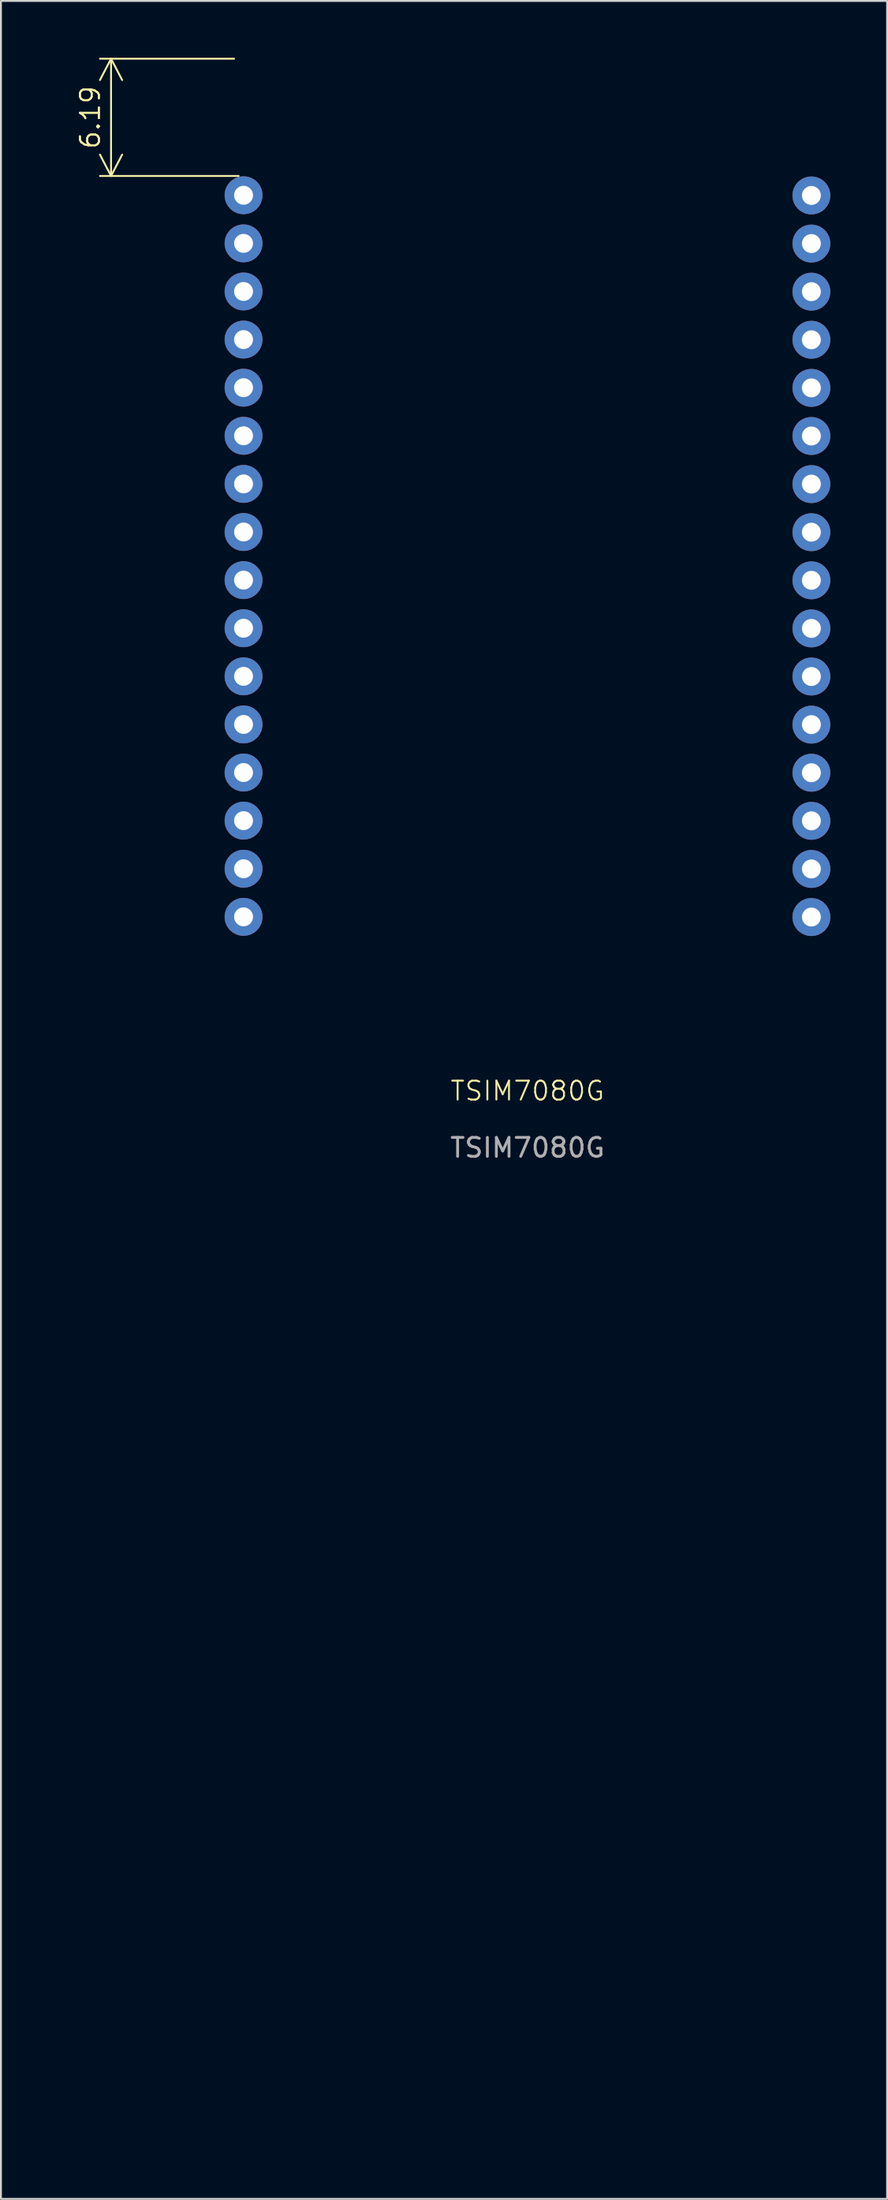
<source format=kicad_pcb>
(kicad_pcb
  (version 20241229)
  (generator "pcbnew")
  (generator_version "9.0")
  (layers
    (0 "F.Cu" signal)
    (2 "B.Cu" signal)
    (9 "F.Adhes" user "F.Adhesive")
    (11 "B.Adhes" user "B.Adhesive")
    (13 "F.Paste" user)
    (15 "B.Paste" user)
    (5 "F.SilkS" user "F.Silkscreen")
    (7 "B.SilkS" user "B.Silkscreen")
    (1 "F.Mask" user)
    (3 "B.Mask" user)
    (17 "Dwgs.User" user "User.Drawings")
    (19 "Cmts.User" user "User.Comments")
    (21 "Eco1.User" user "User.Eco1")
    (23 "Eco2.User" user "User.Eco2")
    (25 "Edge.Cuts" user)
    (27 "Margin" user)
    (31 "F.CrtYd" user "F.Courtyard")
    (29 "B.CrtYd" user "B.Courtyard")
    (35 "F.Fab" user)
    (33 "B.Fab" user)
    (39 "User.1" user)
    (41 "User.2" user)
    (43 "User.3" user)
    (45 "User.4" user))
  (footprint "TSIM7080G"
    (layer "F.Cu")
    (at 24.817 55.05)
    (property "Reference" "TSIM7080G" (at 0 -0.5 0) (unlocked yes) (layer "F.SilkS") (effects (font (size 1 1) (thickness 0.1))))
    (attr through_hole)
    (fp_text user "${REFERENCE}" (at 0 2.5 0) (unlocked yes) (layer "F.Fab") (effects (font (size 1 1) (thickness 0.15))))
    (dimension (type orthogonal) (layer "F.SilkS") (pts (xy 9.817 0.05) (xy 10.057 6.24)) (height -7) (orientation 1) (format (prefix "") (suffix "") (units 3) (units_format 0) (precision 4) (suppress_zeroes yes)) (style (thickness 0.1) (arrow_length 1.27) (text_position_mode 0) (arrow_direction outward) (extension_height 0.586) (extension_offset 0.5) (keep_text_aligned yes)) (gr_text "6.19" (at 1.717 3.145 90) (layer "F.SilkS") (effects (font (size 1 1) (thickness 0.1)))))
    (pad "1" thru_hole circle (at -15 -47.79) (size 2 2) (drill 1) (layers "*.Cu" "*.Mask"))
    (pad "1" thru_hole circle (at 15 -47.78) (size 2 2) (drill 1) (layers "*.Cu" "*.Mask"))
    (pad "2" thru_hole circle (at -15 -45.25) (size 2 2) (drill 1) (layers "*.Cu" "*.Mask"))
    (pad "2" thru_hole circle (at 15 -45.24) (size 2 2) (drill 1) (layers "*.Cu" "*.Mask"))
    (pad "3" thru_hole circle (at -15 -42.71) (size 2 2) (drill 1) (layers "*.Cu" "*.Mask"))
    (pad "3" thru_hole circle (at 15 -42.7) (size 2 2) (drill 1) (layers "*.Cu" "*.Mask"))
    (pad "4" thru_hole circle (at -15 -40.17) (size 2 2) (drill 1) (layers "*.Cu" "*.Mask"))
    (pad "4" thru_hole circle (at 15 -40.16) (size 2 2) (drill 1) (layers "*.Cu" "*.Mask"))
    (pad "5" thru_hole circle (at -15 -37.63) (size 2 2) (drill 1) (layers "*.Cu" "*.Mask"))
    (pad "5" thru_hole circle (at 15 -37.62) (size 2 2) (drill 1) (layers "*.Cu" "*.Mask"))
    (pad "6" thru_hole circle (at -15 -35.09) (size 2 2) (drill 1) (layers "*.Cu" "*.Mask"))
    (pad "6" thru_hole circle (at 15 -35.08) (size 2 2) (drill 1) (layers "*.Cu" "*.Mask"))
    (pad "7" thru_hole circle (at -15 -32.55) (size 2 2) (drill 1) (layers "*.Cu" "*.Mask"))
    (pad "7" thru_hole circle (at 15 -32.54) (size 2 2) (drill 1) (layers "*.Cu" "*.Mask"))
    (pad "8" thru_hole circle (at -15 -30.01) (size 2 2) (drill 1) (layers "*.Cu" "*.Mask"))
    (pad "8" thru_hole circle (at 15 -30) (size 2 2) (drill 1) (layers "*.Cu" "*.Mask"))
    (pad "9" thru_hole circle (at -15 -27.47) (size 2 2) (drill 1) (layers "*.Cu" "*.Mask"))
    (pad "9" thru_hole circle (at 15 -27.46) (size 2 2) (drill 1) (layers "*.Cu" "*.Mask"))
    (pad "10" thru_hole circle (at -15 -24.93) (size 2 2) (drill 1) (layers "*.Cu" "*.Mask"))
    (pad "10" thru_hole circle (at 15 -24.92) (size 2 2) (drill 1) (layers "*.Cu" "*.Mask"))
    (pad "11" thru_hole circle (at -15 -22.39) (size 2 2) (drill 1) (layers "*.Cu" "*.Mask"))
    (pad "11" thru_hole circle (at 15 -22.38) (size 2 2) (drill 1) (layers "*.Cu" "*.Mask"))
    (pad "12" thru_hole circle (at -15 -19.85) (size 2 2) (drill 1) (layers "*.Cu" "*.Mask"))
    (pad "12" thru_hole circle (at 15 -19.84) (size 2 2) (drill 1) (layers "*.Cu" "*.Mask"))
    (pad "13" thru_hole circle (at -15 -17.31) (size 2 2) (drill 1) (layers "*.Cu" "*.Mask"))
    (pad "13" thru_hole circle (at 15 -17.3) (size 2 2) (drill 1) (layers "*.Cu" "*.Mask"))
    (pad "14" thru_hole circle (at -15 -14.77) (size 2 2) (drill 1) (layers "*.Cu" "*.Mask"))
    (pad "14" thru_hole circle (at 15 -14.76) (size 2 2) (drill 1) (layers "*.Cu" "*.Mask"))
    (pad "15" thru_hole circle (at -15 -12.23) (size 2 2) (drill 1) (layers "*.Cu" "*.Mask"))
    (pad "15" thru_hole circle (at 15 -12.22) (size 2 2) (drill 1) (layers "*.Cu" "*.Mask"))
    (pad "16" thru_hole circle (at -15 -9.69) (size 2 2) (drill 1) (layers "*.Cu" "*.Mask"))
    (pad "16" thru_hole circle (at 15 -9.68) (size 2 2) (drill 1) (layers "*.Cu" "*.Mask"))
    (zone (net_name "") (layer "F.SilkS") (hatch edge 1) (connect_pads) (min_thickness 0.25) (filled_areas_thickness no) (keepout (tracks allowed) (vias allowed) (pads not_allowed) (copperpour allowed) (footprints not_allowed)) (placement (enabled no)) (fill) (polygon (pts (xy 8.817 0.05) (xy 40.817 0.05) (xy 40.817 110.05) (xy 8.817 110.05)))))
  (gr_rect
    (start -3 -3)
    (end 43.817 113.05)
    (stroke (width 0.1) (type default))
    (fill no)
    (layer "Edge.Cuts")))
</source>
